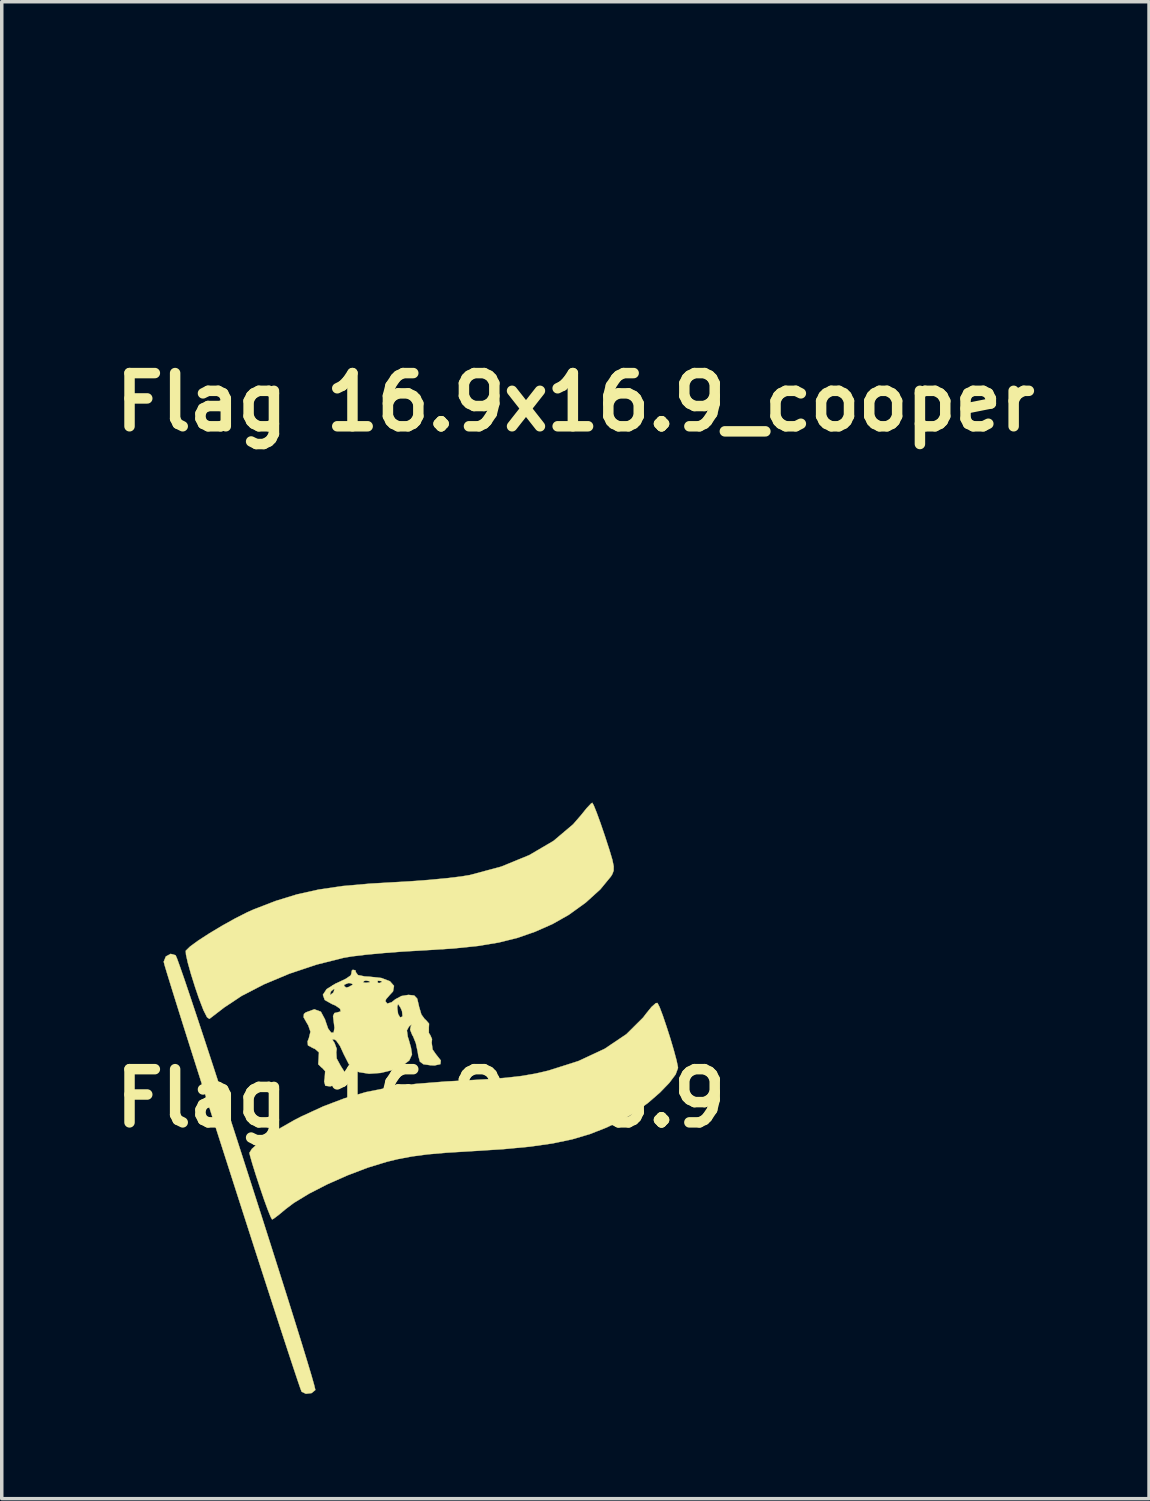
<source format=kicad_pcb>
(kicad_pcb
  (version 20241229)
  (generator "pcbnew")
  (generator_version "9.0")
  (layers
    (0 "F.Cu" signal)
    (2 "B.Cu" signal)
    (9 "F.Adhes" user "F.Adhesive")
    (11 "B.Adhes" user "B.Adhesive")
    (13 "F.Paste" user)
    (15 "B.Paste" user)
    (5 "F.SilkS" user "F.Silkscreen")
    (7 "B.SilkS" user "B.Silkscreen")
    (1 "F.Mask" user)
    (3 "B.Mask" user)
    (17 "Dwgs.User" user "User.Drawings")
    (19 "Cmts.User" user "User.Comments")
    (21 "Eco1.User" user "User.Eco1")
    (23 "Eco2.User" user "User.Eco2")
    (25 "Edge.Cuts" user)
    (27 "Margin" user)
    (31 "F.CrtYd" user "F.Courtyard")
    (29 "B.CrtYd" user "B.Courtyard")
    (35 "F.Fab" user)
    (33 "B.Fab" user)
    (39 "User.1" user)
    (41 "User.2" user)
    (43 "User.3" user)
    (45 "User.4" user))
  (footprint "Flag 16.9x16.9_cooper"
    (layer "F.Cu")
    (at 13.433 8.472)
    (property "Reference" "Flag 16.9x16.9_cooper" (at 0 0 0) (layer "F.SilkS") (effects (font (size 1.524 1.524) (thickness 0.3))))
    (attr through_hole)
    (fp_poly (pts (xy -7.03 -4.1) (xy -7.025 -4.096) (xy -6.983 -4) (xy -6.896 -3.759) (xy -6.767 -3.388) (xy -6.603 -2.901) (xy -6.407 -2.313) (xy -6.185 -1.641) (xy -5.942 -0.899) (xy -5.683 -0.102) (xy -5.412 0.734) (xy -5.134 1.595) (xy -4.854 2.466) (xy -4.577 3.33) (xy -4.308 4.174) (xy -4.052 4.981) (xy -3.813 5.737) (xy -3.597 6.427) (xy -3.408 7.035) (xy -3.252 7.546) (xy -3.132 7.946) (xy -3.055 8.218) (xy -3.024 8.348) (xy -3.024 8.357) (xy -3.13 8.444) (xy -3.293 8.464) (xy -3.415 8.405) (xy -3.416 8.403) (xy -3.454 8.304) (xy -3.538 8.058) (xy -3.663 7.683) (xy -3.825 7.192) (xy -4.018 6.602) (xy -4.237 5.928) (xy -4.478 5.184) (xy -4.736 4.387) (xy -5.005 3.551) (xy -5.281 2.692) (xy -5.559 1.825) (xy -5.835 0.965) (xy -6.102 0.128) (xy -6.356 -0.671) (xy -6.593 -1.416) (xy -6.807 -2.093) (xy -6.993 -2.686) (xy -7.147 -3.18) (xy -7.264 -3.559) (xy -7.339 -3.808) (xy -7.366 -3.912) (xy -7.366 -3.913) (xy -7.305 -4.063) (xy -7.168 -4.138) (xy -7.03 -4.1)) (stroke (width 0.01) (type solid)) (fill yes) (layer "F.Mask"))
    (fp_poly (pts (xy 4.953 -8.391) (xy 5.036 -8.186) (xy 5.147 -7.882) (xy 5.271 -7.518) (xy 5.403 -7.112) (xy 5.486 -6.832) (xy 5.524 -6.646) (xy 5.522 -6.521) (xy 5.485 -6.422) (xy 5.446 -6.357) (xy 5.141 -5.986) (xy 4.722 -5.606) (xy 4.237 -5.256) (xy 3.768 -4.991) (xy 3.269 -4.771) (xy 2.769 -4.597) (xy 2.235 -4.464) (xy 1.634 -4.364) (xy 0.931 -4.292) (xy 0.095 -4.239) (xy 0.042 -4.236) (xy -0.516 -4.204) (xy -1.066 -4.162) (xy -1.565 -4.115) (xy -1.972 -4.066) (xy -2.21 -4.026) (xy -2.989 -3.83) (xy -3.764 -3.571) (xy -4.493 -3.266) (xy -5.136 -2.933) (xy -5.63 -2.605) (xy -5.844 -2.44) (xy -6.009 -2.313) (xy -6.058 -2.276) (xy -6.124 -2.321) (xy -6.227 -2.524) (xy -6.362 -2.875) (xy -6.465 -3.178) (xy -6.585 -3.56) (xy -6.676 -3.885) (xy -6.728 -4.119) (xy -6.735 -4.228) (xy -6.734 -4.228) (xy -6.612 -4.347) (xy -6.374 -4.521) (xy -6.056 -4.727) (xy -5.692 -4.945) (xy -5.319 -5.153) (xy -4.972 -5.329) (xy -4.781 -5.414) (xy -4.155 -5.655) (xy -3.55 -5.841) (xy -2.925 -5.98) (xy -2.239 -6.081) (xy -1.452 -6.15) (xy -0.881 -6.183) (xy -0.319 -6.215) (xy 0.236 -6.257) (xy 0.743 -6.305) (xy 1.158 -6.355) (xy 1.405 -6.396) (xy 2.302 -6.637) (xy 3.107 -6.967) (xy 3.8 -7.374) (xy 4.362 -7.849) (xy 4.592 -8.115) (xy 4.752 -8.313) (xy 4.872 -8.44) (xy 4.91 -8.467) (xy 4.953 -8.391)) (stroke (width 0.01) (type solid)) (fill yes) (layer "F.Mask"))
    (fp_poly (pts (xy 6.839 -2.613) (xy 6.93 -2.373) (xy 7.037 -2.057) (xy 7.149 -1.708) (xy 7.249 -1.369) (xy 7.325 -1.085) (xy 7.364 -0.897) (xy 7.366 -0.868) (xy 7.299 -0.685) (xy 7.116 -0.441) (xy 6.847 -0.163) (xy 6.521 0.12) (xy 6.166 0.384) (xy 5.813 0.598) (xy 5.799 0.605) (xy 5.321 0.836) (xy 4.843 1.024) (xy 4.337 1.174) (xy 3.775 1.292) (xy 3.129 1.384) (xy 2.372 1.456) (xy 1.476 1.513) (xy 1.397 1.518) (xy 0.734 1.558) (xy 0.198 1.605) (xy -0.253 1.665) (xy -0.661 1.742) (xy -0.974 1.818) (xy -1.52 1.985) (xy -2.102 2.207) (xy -2.678 2.462) (xy -3.204 2.732) (xy -3.638 2.996) (xy -3.866 3.168) (xy -4.067 3.335) (xy -4.214 3.446) (xy -4.261 3.471) (xy -4.303 3.396) (xy -4.385 3.192) (xy -4.495 2.891) (xy -4.607 2.561) (xy -4.729 2.189) (xy -4.827 1.875) (xy -4.891 1.652) (xy -4.911 1.562) (xy -4.84 1.448) (xy -4.648 1.277) (xy -4.364 1.07) (xy -4.017 0.848) (xy -3.637 0.631) (xy -3.424 0.521) (xy -2.794 0.231) (xy -2.187 0.000203) (xy -1.567 -0.179) (xy -0.902 -0.313) (xy -0.155 -0.412) (xy 0.707 -0.481) (xy 1.228 -0.509) (xy 1.9 -0.546) (xy 2.44 -0.588) (xy 2.888 -0.64) (xy 3.28 -0.707) (xy 3.648 -0.792) (xy 4.513 -1.067) (xy 5.265 -1.418) (xy 5.888 -1.837) (xy 6.368 -2.314) (xy 6.45 -2.422) (xy 6.607 -2.616) (xy 6.73 -2.725) (xy 6.778 -2.732) (xy 6.839 -2.613)) (stroke (width 0.01) (type solid)) (fill yes) (layer "F.Mask"))
    (fp_poly (pts (xy -1.873 -3.666) (xy -1.863 -3.614) (xy -1.802 -3.531) (xy -1.605 -3.491) (xy -1.482 -3.485) (xy -1.128 -3.446) (xy -0.885 -3.353) (xy -0.769 -3.221) (xy -0.797 -3.063) (xy -0.889 -2.963) (xy -0.995 -2.841) (xy -1.016 -2.784) (xy -0.963 -2.713) (xy -0.836 -2.752) (xy -0.732 -2.836) (xy -0.556 -2.93) (xy -0.356 -2.963) (xy -0.19 -2.945) (xy -0.105 -2.856) (xy -0.056 -2.65) (xy -0.054 -2.634) (xy 0.015 -2.4) (xy 0.117 -2.262) (xy 0.136 -2.252) (xy 0.235 -2.138) (xy 0.229 -2.031) (xy 0.229 -1.872) (xy 0.269 -1.811) (xy 0.32 -1.697) (xy 0.31 -1.593) (xy 0.336 -1.399) (xy 0.43 -1.264) (xy 0.571 -1.085) (xy 0.56 -0.979) (xy 0.394 -0.942) (xy 0.275 -0.947) (xy 0.073 -0.976) (xy -0.028 -1.052) (xy -0.075 -1.227) (xy -0.089 -1.326) (xy -0.144 -1.581) (xy -0.223 -1.777) (xy -0.245 -1.809) (xy -0.307 -1.965) (xy -0.291 -2.049) (xy -0.265 -2.115) (xy -0.337 -2.06) (xy -0.4 -1.945) (xy -0.374 -1.762) (xy -0.349 -1.687) (xy -0.283 -1.45) (xy -0.254 -1.259) (xy -0.254 -1.256) (xy -0.332 -1.084) (xy -0.536 -0.93) (xy -0.824 -0.806) (xy -1.154 -0.727) (xy -1.484 -0.704) (xy -1.77 -0.75) (xy -1.834 -0.776) (xy -2.063 -0.979) (xy -2.209 -1.266) (xy -2.315 -1.498) (xy -2.423 -1.652) (xy -2.465 -1.682) (xy -2.539 -1.69) (xy -2.489 -1.608) (xy -2.475 -1.591) (xy -2.41 -1.416) (xy -2.423 -1.317) (xy -2.412 -1.141) (xy -2.297 -0.929) (xy -2.154 -0.703) (xy -2.137 -0.558) (xy -2.248 -0.459) (xy -2.334 -0.421) (xy -2.597 -0.342) (xy -2.736 -0.36) (xy -2.769 -0.483) (xy -2.754 -0.582) (xy -2.741 -0.777) (xy -2.828 -0.874) (xy -2.841 -0.879) (xy -2.939 -0.976) (xy -2.928 -1.145) (xy -2.919 -1.316) (xy -3.032 -1.415) (xy -3.088 -1.438) (xy -3.234 -1.517) (xy -3.245 -1.629) (xy -3.208 -1.723) (xy -3.162 -1.908) (xy -3.227 -2.094) (xy -3.265 -2.156) (xy -3.359 -2.323) (xy -3.349 -2.417) (xy -3.295 -2.461) (xy -3.051 -2.55) (xy -2.864 -2.481) (xy -2.745 -2.258) (xy -2.737 -2.229) (xy -2.657 -1.998) (xy -2.568 -1.88) (xy -2.498 -1.884) (xy -2.474 -2.018) (xy -2.49 -2.148) (xy -2.515 -2.356) (xy -2.476 -2.443) (xy -2.417 -2.455) (xy -2.297 -2.488) (xy -2.313 -2.566) (xy -2.326 -2.575) (xy -0.675 -2.575) (xy -0.651 -2.413) (xy -0.594 -2.319) (xy -0.536 -2.337) (xy -0.525 -2.362) (xy -0.54 -2.5) (xy -0.584 -2.6) (xy -0.652 -2.7) (xy -0.673 -2.642) (xy -0.675 -2.575) (xy -2.326 -2.575) (xy -2.449 -2.66) (xy -2.54 -2.697) (xy -2.753 -2.817) (xy -2.806 -2.965) (xy -2.803 -2.969) (xy -2.604 -2.969) (xy -2.592 -2.963) (xy -2.515 -3.023) (xy -2.498 -3.048) (xy -2.476 -3.127) (xy -2.488 -3.133) (xy -2.565 -3.073) (xy -2.582 -3.048) (xy -2.604 -2.969) (xy -2.803 -2.969) (xy -2.701 -3.126) (xy -2.55 -3.22) (xy -2.201 -3.22) (xy -2.139 -3.173) (xy -2.074 -3.187) (xy -1.963 -3.247) (xy -1.947 -3.269) (xy -2.016 -3.298) (xy -2.074 -3.302) (xy -2.187 -3.258) (xy -2.201 -3.22) (xy -2.55 -3.22) (xy -2.444 -3.286) (xy -2.372 -3.317) (xy -2.362 -3.322) (xy -1.657 -3.322) (xy -1.573 -3.309) (xy -1.464 -3.324) (xy -1.462 -3.353) (xy -1.492 -3.358) (xy -1.242 -3.358) (xy -1.23 -3.308) (xy -1.185 -3.302) (xy -1.116 -3.333) (xy -1.129 -3.358) (xy -1.229 -3.369) (xy -1.242 -3.358) (xy -1.492 -3.358) (xy -1.576 -3.373) (xy -1.625 -3.36) (xy -1.657 -3.322) (xy -2.362 -3.322) (xy -2.147 -3.425) (xy -2.012 -3.518) (xy -1.993 -3.561) (xy -1.976 -3.66) (xy -1.949 -3.682) (xy -1.873 -3.666)) (stroke (width 0.01) (type solid)) (fill yes) (layer "F.Mask")))
  (footprint "Flag 16.9x16.9"
    (layer "F.Cu")
    (at 9.006 28.413)
    (property "Reference" "Flag 16.9x16.9" (at 0 0 0) (layer "F.SilkS") (effects (font (size 1.524 1.524) (thickness 0.3))))
    (attr through_hole)
    (fp_poly (pts (xy -7.03 -4.1) (xy -7.025 -4.096) (xy -6.983 -4) (xy -6.896 -3.759) (xy -6.767 -3.388) (xy -6.603 -2.901) (xy -6.407 -2.313) (xy -6.185 -1.641) (xy -5.942 -0.899) (xy -5.683 -0.102) (xy -5.412 0.734) (xy -5.134 1.595) (xy -4.854 2.466) (xy -4.577 3.33) (xy -4.308 4.174) (xy -4.052 4.981) (xy -3.813 5.737) (xy -3.597 6.427) (xy -3.408 7.035) (xy -3.252 7.546) (xy -3.132 7.946) (xy -3.055 8.218) (xy -3.024 8.348) (xy -3.024 8.357) (xy -3.13 8.444) (xy -3.293 8.464) (xy -3.415 8.405) (xy -3.416 8.403) (xy -3.454 8.304) (xy -3.538 8.058) (xy -3.663 7.683) (xy -3.825 7.192) (xy -4.018 6.602) (xy -4.237 5.928) (xy -4.478 5.184) (xy -4.736 4.387) (xy -5.005 3.551) (xy -5.281 2.692) (xy -5.559 1.825) (xy -5.835 0.965) (xy -6.102 0.128) (xy -6.356 -0.671) (xy -6.593 -1.416) (xy -6.807 -2.093) (xy -6.993 -2.686) (xy -7.147 -3.18) (xy -7.264 -3.559) (xy -7.339 -3.808) (xy -7.366 -3.912) (xy -7.366 -3.913) (xy -7.305 -4.063) (xy -7.168 -4.138) (xy -7.03 -4.1)) (stroke (width 0.01) (type solid)) (fill yes) (layer "F.SilkS"))
    (fp_poly (pts (xy 4.953 -8.391) (xy 5.036 -8.186) (xy 5.147 -7.882) (xy 5.271 -7.518) (xy 5.403 -7.112) (xy 5.486 -6.832) (xy 5.524 -6.646) (xy 5.522 -6.521) (xy 5.485 -6.422) (xy 5.446 -6.357) (xy 5.141 -5.986) (xy 4.722 -5.606) (xy 4.237 -5.256) (xy 3.768 -4.991) (xy 3.269 -4.771) (xy 2.769 -4.597) (xy 2.235 -4.464) (xy 1.634 -4.364) (xy 0.931 -4.292) (xy 0.095 -4.239) (xy 0.042 -4.236) (xy -0.516 -4.204) (xy -1.066 -4.162) (xy -1.565 -4.115) (xy -1.972 -4.066) (xy -2.21 -4.026) (xy -2.989 -3.83) (xy -3.764 -3.571) (xy -4.493 -3.266) (xy -5.136 -2.933) (xy -5.63 -2.605) (xy -5.844 -2.44) (xy -6.009 -2.313) (xy -6.058 -2.276) (xy -6.124 -2.321) (xy -6.227 -2.524) (xy -6.362 -2.875) (xy -6.465 -3.178) (xy -6.585 -3.56) (xy -6.676 -3.885) (xy -6.728 -4.119) (xy -6.735 -4.228) (xy -6.734 -4.228) (xy -6.612 -4.347) (xy -6.374 -4.521) (xy -6.056 -4.727) (xy -5.692 -4.945) (xy -5.319 -5.153) (xy -4.972 -5.329) (xy -4.781 -5.414) (xy -4.155 -5.655) (xy -3.55 -5.841) (xy -2.925 -5.98) (xy -2.239 -6.081) (xy -1.452 -6.15) (xy -0.881 -6.183) (xy -0.319 -6.215) (xy 0.236 -6.257) (xy 0.743 -6.305) (xy 1.158 -6.355) (xy 1.405 -6.396) (xy 2.302 -6.637) (xy 3.107 -6.967) (xy 3.8 -7.374) (xy 4.362 -7.849) (xy 4.592 -8.115) (xy 4.752 -8.313) (xy 4.872 -8.44) (xy 4.91 -8.467) (xy 4.953 -8.391)) (stroke (width 0.01) (type solid)) (fill yes) (layer "F.SilkS"))
    (fp_poly (pts (xy 6.839 -2.613) (xy 6.93 -2.373) (xy 7.037 -2.057) (xy 7.149 -1.708) (xy 7.249 -1.369) (xy 7.325 -1.085) (xy 7.364 -0.897) (xy 7.366 -0.868) (xy 7.299 -0.685) (xy 7.116 -0.441) (xy 6.847 -0.163) (xy 6.521 0.12) (xy 6.166 0.384) (xy 5.813 0.598) (xy 5.799 0.605) (xy 5.321 0.836) (xy 4.843 1.024) (xy 4.337 1.174) (xy 3.775 1.292) (xy 3.129 1.384) (xy 2.372 1.456) (xy 1.476 1.513) (xy 1.397 1.518) (xy 0.734 1.558) (xy 0.198 1.605) (xy -0.253 1.665) (xy -0.661 1.742) (xy -0.974 1.818) (xy -1.52 1.985) (xy -2.102 2.207) (xy -2.678 2.462) (xy -3.204 2.732) (xy -3.638 2.996) (xy -3.866 3.168) (xy -4.067 3.335) (xy -4.214 3.446) (xy -4.261 3.471) (xy -4.303 3.396) (xy -4.385 3.192) (xy -4.495 2.891) (xy -4.607 2.561) (xy -4.729 2.189) (xy -4.827 1.875) (xy -4.891 1.652) (xy -4.911 1.562) (xy -4.84 1.448) (xy -4.648 1.277) (xy -4.364 1.07) (xy -4.017 0.848) (xy -3.637 0.631) (xy -3.424 0.521) (xy -2.794 0.231) (xy -2.187 0.000203) (xy -1.567 -0.179) (xy -0.902 -0.313) (xy -0.155 -0.412) (xy 0.707 -0.481) (xy 1.228 -0.509) (xy 1.9 -0.546) (xy 2.44 -0.588) (xy 2.888 -0.64) (xy 3.28 -0.707) (xy 3.648 -0.792) (xy 4.513 -1.067) (xy 5.265 -1.418) (xy 5.888 -1.837) (xy 6.368 -2.314) (xy 6.45 -2.422) (xy 6.607 -2.616) (xy 6.73 -2.725) (xy 6.778 -2.732) (xy 6.839 -2.613)) (stroke (width 0.01) (type solid)) (fill yes) (layer "F.SilkS"))
    (fp_poly (pts (xy -1.873 -3.666) (xy -1.863 -3.614) (xy -1.802 -3.531) (xy -1.605 -3.491) (xy -1.482 -3.485) (xy -1.128 -3.446) (xy -0.885 -3.353) (xy -0.769 -3.221) (xy -0.797 -3.063) (xy -0.889 -2.963) (xy -0.995 -2.841) (xy -1.016 -2.784) (xy -0.963 -2.713) (xy -0.836 -2.752) (xy -0.732 -2.836) (xy -0.556 -2.93) (xy -0.356 -2.963) (xy -0.19 -2.945) (xy -0.105 -2.856) (xy -0.056 -2.65) (xy -0.054 -2.634) (xy 0.015 -2.4) (xy 0.117 -2.262) (xy 0.136 -2.252) (xy 0.235 -2.138) (xy 0.229 -2.031) (xy 0.229 -1.872) (xy 0.269 -1.811) (xy 0.32 -1.697) (xy 0.31 -1.593) (xy 0.336 -1.399) (xy 0.43 -1.264) (xy 0.571 -1.085) (xy 0.56 -0.979) (xy 0.394 -0.942) (xy 0.275 -0.947) (xy 0.073 -0.976) (xy -0.028 -1.052) (xy -0.075 -1.227) (xy -0.089 -1.326) (xy -0.144 -1.581) (xy -0.223 -1.777) (xy -0.245 -1.809) (xy -0.307 -1.965) (xy -0.291 -2.049) (xy -0.265 -2.115) (xy -0.337 -2.06) (xy -0.4 -1.945) (xy -0.374 -1.762) (xy -0.349 -1.687) (xy -0.283 -1.45) (xy -0.254 -1.259) (xy -0.254 -1.256) (xy -0.332 -1.084) (xy -0.536 -0.93) (xy -0.824 -0.806) (xy -1.154 -0.727) (xy -1.484 -0.704) (xy -1.77 -0.75) (xy -1.834 -0.776) (xy -2.063 -0.979) (xy -2.209 -1.266) (xy -2.315 -1.498) (xy -2.423 -1.652) (xy -2.465 -1.682) (xy -2.539 -1.69) (xy -2.489 -1.608) (xy -2.475 -1.591) (xy -2.41 -1.416) (xy -2.423 -1.317) (xy -2.412 -1.141) (xy -2.297 -0.929) (xy -2.154 -0.703) (xy -2.137 -0.558) (xy -2.248 -0.459) (xy -2.334 -0.421) (xy -2.597 -0.342) (xy -2.736 -0.36) (xy -2.769 -0.483) (xy -2.754 -0.582) (xy -2.741 -0.777) (xy -2.828 -0.874) (xy -2.841 -0.879) (xy -2.939 -0.976) (xy -2.928 -1.145) (xy -2.919 -1.316) (xy -3.032 -1.415) (xy -3.088 -1.438) (xy -3.234 -1.517) (xy -3.245 -1.629) (xy -3.208 -1.723) (xy -3.162 -1.908) (xy -3.227 -2.094) (xy -3.265 -2.156) (xy -3.359 -2.323) (xy -3.349 -2.417) (xy -3.295 -2.461) (xy -3.051 -2.55) (xy -2.864 -2.481) (xy -2.745 -2.258) (xy -2.737 -2.229) (xy -2.657 -1.998) (xy -2.568 -1.88) (xy -2.498 -1.884) (xy -2.474 -2.018) (xy -2.49 -2.148) (xy -2.515 -2.356) (xy -2.476 -2.443) (xy -2.417 -2.455) (xy -2.297 -2.488) (xy -2.313 -2.566) (xy -2.326 -2.575) (xy -0.675 -2.575) (xy -0.651 -2.413) (xy -0.594 -2.319) (xy -0.536 -2.337) (xy -0.525 -2.362) (xy -0.54 -2.5) (xy -0.584 -2.6) (xy -0.652 -2.7) (xy -0.673 -2.642) (xy -0.675 -2.575) (xy -2.326 -2.575) (xy -2.449 -2.66) (xy -2.54 -2.697) (xy -2.753 -2.817) (xy -2.806 -2.965) (xy -2.803 -2.969) (xy -2.604 -2.969) (xy -2.592 -2.963) (xy -2.515 -3.023) (xy -2.498 -3.048) (xy -2.476 -3.127) (xy -2.488 -3.133) (xy -2.565 -3.073) (xy -2.582 -3.048) (xy -2.604 -2.969) (xy -2.803 -2.969) (xy -2.701 -3.126) (xy -2.55 -3.22) (xy -2.201 -3.22) (xy -2.139 -3.173) (xy -2.074 -3.187) (xy -1.963 -3.247) (xy -1.947 -3.269) (xy -2.016 -3.298) (xy -2.074 -3.302) (xy -2.187 -3.258) (xy -2.201 -3.22) (xy -2.55 -3.22) (xy -2.444 -3.286) (xy -2.372 -3.317) (xy -2.362 -3.322) (xy -1.657 -3.322) (xy -1.573 -3.309) (xy -1.464 -3.324) (xy -1.462 -3.353) (xy -1.492 -3.358) (xy -1.242 -3.358) (xy -1.23 -3.308) (xy -1.185 -3.302) (xy -1.116 -3.333) (xy -1.129 -3.358) (xy -1.229 -3.369) (xy -1.242 -3.358) (xy -1.492 -3.358) (xy -1.576 -3.373) (xy -1.625 -3.36) (xy -1.657 -3.322) (xy -2.362 -3.322) (xy -2.147 -3.425) (xy -2.012 -3.518) (xy -1.993 -3.561) (xy -1.976 -3.66) (xy -1.949 -3.682) (xy -1.873 -3.666)) (stroke (width 0.01) (type solid)) (fill yes) (layer "F.SilkS")))
  (gr_rect
    (start -3 -3)
    (end 29.866 39.882)
    (stroke (width 0.1) (type default))
    (fill no)
    (layer "Edge.Cuts")))
</source>
